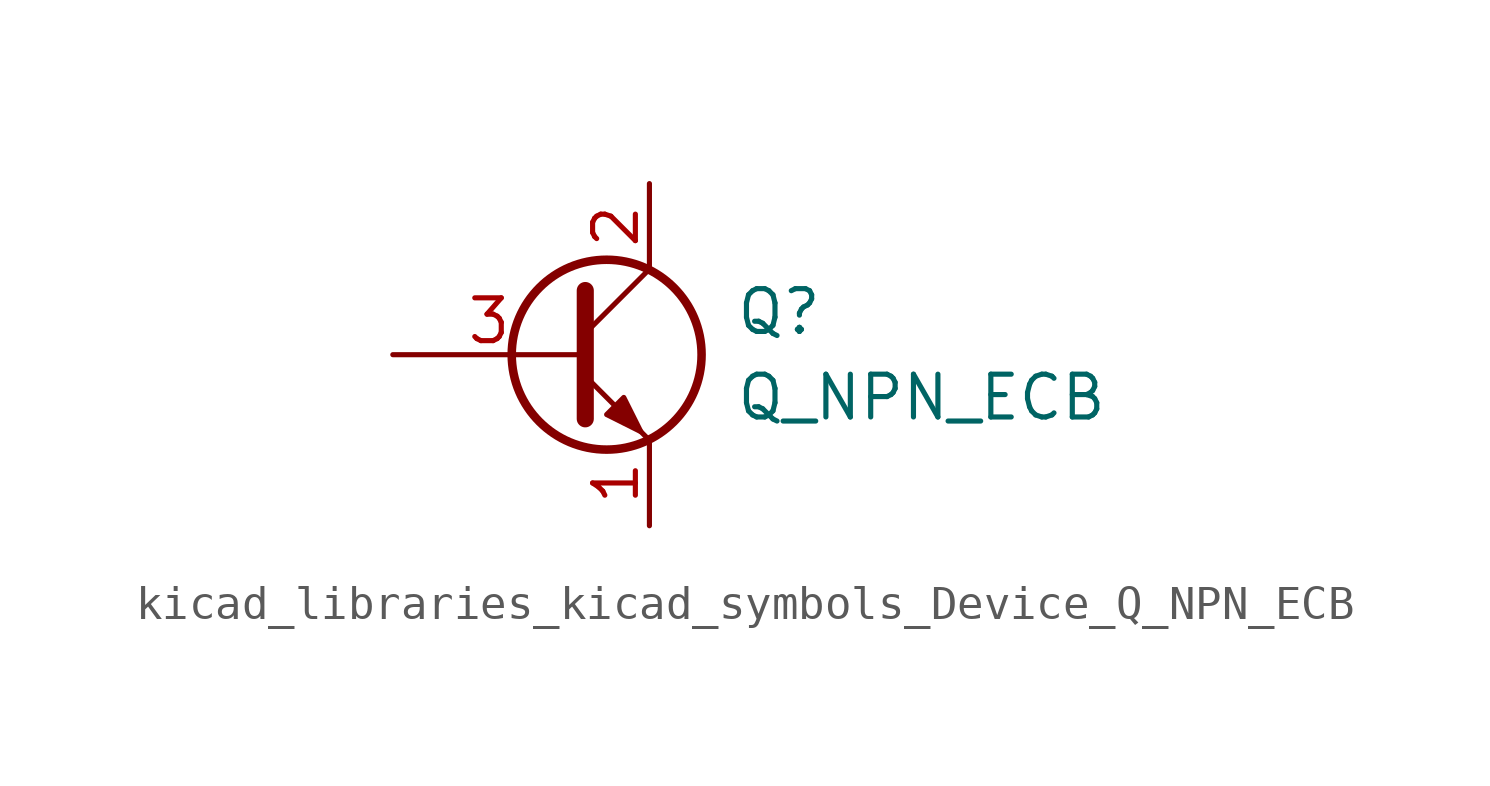
<source format=kicad_sym>
(kicad_symbol_lib
  (version 20220914)
  (generator kicad_symbol_editor)
  (symbol "kicad_libraries_kicad_symbols_Device_Q_NPN_ECB"
    (pin_names
      (offset 0) hide)
    (property "Reference" "Q"
      (at 5.08 1.27 0)
      (effects (font (size 1.27 1.27)) (justify left)))
    (property "Value" "Q_NPN_ECB"
      (at 5.08 -1.27 0)
      (effects (font (size 1.27 1.27)) (justify left)))
    (symbol "kicad_libraries_kicad_symbols_Device_Q_NPN_ECB_0_1"
      (polyline (pts (xy 0.635 0.635) (xy 2.54 2.54)) (stroke (width 0) (type default)) (fill (type none)))
      (polyline (pts (xy 0.635 -0.635) (xy 2.54 -2.54) (xy 2.54 -2.54)) (stroke (width 0) (type default)) (fill (type none)))
      (polyline (pts (xy 0.635 1.905) (xy 0.635 -1.905) (xy 0.635 -1.905)) (stroke (width 0.508) (type default)) (fill (type none)))
      (polyline (pts (xy 1.27 -1.778) (xy 1.778 -1.27) (xy 2.286 -2.286) (xy 1.27 -1.778) (xy 1.27 -1.778)) (stroke (width 0) (type default)) (fill (type outline)))
      (circle (center 1.27 0) (radius 2.819) (stroke (width 0.254) (type default)) (fill (type none))))
    (symbol "kicad_libraries_kicad_symbols_Device_Q_NPN_ECB_1_1"
      (pin passive line (at 2.54 -5.08 90) (length 2.54) (name "E" (effects (font (size 1.27 1.27)))) (number "1" (effects (font (size 1.27 1.27)))))
      (pin passive line (at 2.54 5.08 270) (length 2.54) (name "C" (effects (font (size 1.27 1.27)))) (number "2" (effects (font (size 1.27 1.27)))))
      (pin passive line (at -5.08 0 0) (length 5.715) (name "B" (effects (font (size 1.27 1.27)))) (number "3" (effects (font (size 1.27 1.27))))))))
</source>
